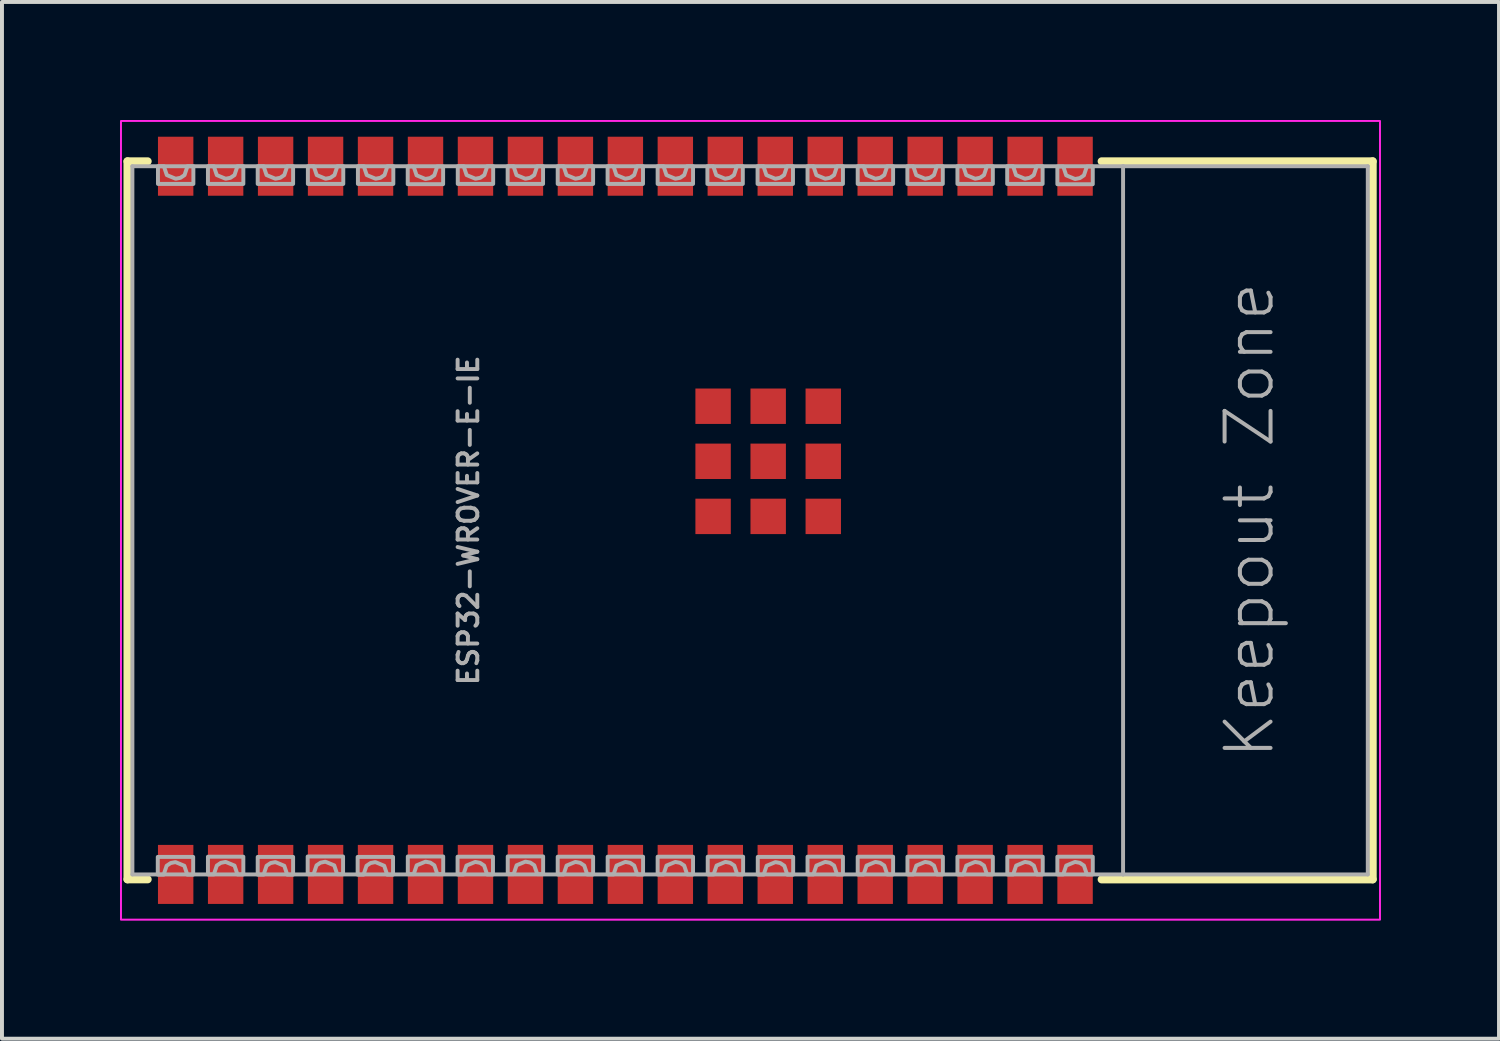
<source format=kicad_pcb>
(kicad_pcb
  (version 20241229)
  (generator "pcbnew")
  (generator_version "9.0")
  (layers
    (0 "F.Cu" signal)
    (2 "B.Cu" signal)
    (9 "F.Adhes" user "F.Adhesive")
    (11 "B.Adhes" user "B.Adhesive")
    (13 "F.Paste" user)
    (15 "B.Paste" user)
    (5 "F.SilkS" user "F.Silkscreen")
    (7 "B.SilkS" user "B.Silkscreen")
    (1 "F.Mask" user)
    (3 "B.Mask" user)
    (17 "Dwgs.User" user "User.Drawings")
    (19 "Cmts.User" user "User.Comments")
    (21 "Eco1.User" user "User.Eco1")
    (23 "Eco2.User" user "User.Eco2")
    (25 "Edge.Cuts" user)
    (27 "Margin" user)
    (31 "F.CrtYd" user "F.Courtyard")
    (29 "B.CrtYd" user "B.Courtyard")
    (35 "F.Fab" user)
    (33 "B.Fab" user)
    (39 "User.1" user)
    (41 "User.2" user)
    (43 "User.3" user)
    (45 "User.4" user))
  (footprint "ESP32-WROVER-E-IE"
    (layer "F.Cu")
    (at 16.475 10.175)
    (property "Reference" "ESP32-WROVER-E-IE" (at -7.62 0 90) (layer "F.Fab") (effects (font (size 0.5 0.5) (thickness 0.1) (bold yes))))
    (fp_line (start -16.285 -9.125) (end -15.771 -9.125) (stroke (width 0.203) (type solid)) (layer "F.SilkS"))
    (fp_line (start -16.285 9.125) (end -16.285 -9.125) (stroke (width 0.203) (type solid)) (layer "F.SilkS"))
    (fp_line (start -16.285 9.125) (end -15.771 9.125) (stroke (width 0.203) (type solid)) (layer "F.SilkS"))
    (fp_line (start 8.475 -9.125) (end 15.365 -9.125) (stroke (width 0.203) (type solid)) (layer "F.SilkS"))
    (fp_line (start 8.475 9.127) (end 15.365 9.127) (stroke (width 0.203) (type solid)) (layer "F.SilkS"))
    (fp_line (start 15.365 -9.125) (end 15.365 9.125) (stroke (width 0.203) (type solid)) (layer "F.SilkS"))
    (fp_poly (pts (xy -15.56 -8.205) (xy -14.56 -8.205) (xy -14.56 -10.005) (xy -15.56 -10.005)) (stroke (width 0) (type default)) (fill yes) (layer "F.Paste"))
    (fp_poly (pts (xy -14.56 8.2) (xy -15.56 8.2) (xy -15.56 10) (xy -14.56 10)) (stroke (width 0) (type default)) (fill yes) (layer "F.Paste"))
    (fp_poly (pts (xy -14.29 -8.2) (xy -13.29 -8.2) (xy -13.29 -10) (xy -14.29 -10)) (stroke (width 0) (type default)) (fill yes) (layer "F.Paste"))
    (fp_poly (pts (xy -13.29 8.2) (xy -14.29 8.2) (xy -14.29 10) (xy -13.29 10)) (stroke (width 0) (type default)) (fill yes) (layer "F.Paste"))
    (fp_poly (pts (xy -13.025 -8.2) (xy -12.025 -8.2) (xy -12.025 -10) (xy -13.025 -10)) (stroke (width 0) (type default)) (fill yes) (layer "F.Paste"))
    (fp_poly (pts (xy -12.02 8.2) (xy -13.02 8.2) (xy -13.02 10) (xy -12.02 10)) (stroke (width 0) (type default)) (fill yes) (layer "F.Paste"))
    (fp_poly (pts (xy -11.75 -8.2) (xy -10.75 -8.2) (xy -10.75 -10) (xy -11.75 -10)) (stroke (width 0) (type default)) (fill yes) (layer "F.Paste"))
    (fp_poly (pts (xy -10.75 8.2) (xy -11.75 8.2) (xy -11.75 10) (xy -10.75 10)) (stroke (width 0) (type default)) (fill yes) (layer "F.Paste"))
    (fp_poly (pts (xy -10.475 -8.2) (xy -9.475 -8.2) (xy -9.475 -10) (xy -10.475 -10)) (stroke (width 0) (type default)) (fill yes) (layer "F.Paste"))
    (fp_poly (pts (xy -9.48 8.2) (xy -10.48 8.2) (xy -10.48 10) (xy -9.48 10)) (stroke (width 0) (type default)) (fill yes) (layer "F.Paste"))
    (fp_poly (pts (xy -9.21 -8.2) (xy -8.21 -8.2) (xy -8.21 -10) (xy -9.21 -10)) (stroke (width 0) (type default)) (fill yes) (layer "F.Paste"))
    (fp_poly (pts (xy -8.21 8.2) (xy -9.21 8.2) (xy -9.21 10) (xy -8.21 10)) (stroke (width 0) (type default)) (fill yes) (layer "F.Paste"))
    (fp_poly (pts (xy -7.94 -8.2) (xy -6.94 -8.2) (xy -6.94 -10) (xy -7.94 -10)) (stroke (width 0) (type default)) (fill yes) (layer "F.Paste"))
    (fp_poly (pts (xy -6.94 8.2) (xy -7.94 8.2) (xy -7.94 10) (xy -6.94 10)) (stroke (width 0) (type default)) (fill yes) (layer "F.Paste"))
    (fp_poly (pts (xy -6.675 -8.2) (xy -5.675 -8.2) (xy -5.675 -10) (xy -6.675 -10)) (stroke (width 0) (type default)) (fill yes) (layer "F.Paste"))
    (fp_poly (pts (xy -5.675 8.2) (xy -6.675 8.2) (xy -6.675 10) (xy -5.675 10)) (stroke (width 0) (type default)) (fill yes) (layer "F.Paste"))
    (fp_poly (pts (xy -5.4 -8.2) (xy -4.4 -8.2) (xy -4.4 -10) (xy -5.4 -10)) (stroke (width 0) (type default)) (fill yes) (layer "F.Paste"))
    (fp_poly (pts (xy -4.4 8.2) (xy -5.4 8.2) (xy -5.4 10) (xy -4.4 10)) (stroke (width 0) (type default)) (fill yes) (layer "F.Paste"))
    (fp_poly (pts (xy -4.13 -8.2) (xy -3.13 -8.2) (xy -3.13 -10) (xy -4.13 -10)) (stroke (width 0) (type default)) (fill yes) (layer "F.Paste"))
    (fp_poly (pts (xy -3.125 8.2) (xy -4.125 8.2) (xy -4.125 10) (xy -3.125 10)) (stroke (width 0) (type default)) (fill yes) (layer "F.Paste"))
    (fp_poly (pts (xy -2.86 -8.2) (xy -1.86 -8.2) (xy -1.86 -10) (xy -2.86 -10)) (stroke (width 0) (type default)) (fill yes) (layer "F.Paste"))
    (fp_poly (pts (xy -1.86 8.2) (xy -2.86 8.2) (xy -2.86 10) (xy -1.86 10)) (stroke (width 0) (type default)) (fill yes) (layer "F.Paste"))
    (fp_poly (pts (xy -1.59 -8.2) (xy -0.59 -8.2) (xy -0.59 -10) (xy -1.59 -10)) (stroke (width 0) (type default)) (fill yes) (layer "F.Paste"))
    (fp_poly (pts (xy -0.59 8.2) (xy -1.59 8.2) (xy -1.59 10) (xy -0.59 10)) (stroke (width 0) (type default)) (fill yes) (layer "F.Paste"))
    (fp_poly (pts (xy -0.32 -8.2) (xy 0.68 -8.2) (xy 0.68 -10) (xy -0.32 -10)) (stroke (width 0) (type default)) (fill yes) (layer "F.Paste"))
    (fp_poly (pts (xy 0.68 8.2) (xy -0.32 8.2) (xy -0.32 10) (xy 0.68 10)) (stroke (width 0) (type default)) (fill yes) (layer "F.Paste"))
    (fp_poly (pts (xy 0.95 -8.2) (xy 1.95 -8.2) (xy 1.95 -10) (xy 0.95 -10)) (stroke (width 0) (type default)) (fill yes) (layer "F.Paste"))
    (fp_poly (pts (xy 1.95 8.2) (xy 0.95 8.2) (xy 0.95 10) (xy 1.95 10)) (stroke (width 0) (type default)) (fill yes) (layer "F.Paste"))
    (fp_poly (pts (xy 2.225 -8.2) (xy 3.225 -8.2) (xy 3.225 -10) (xy 2.225 -10)) (stroke (width 0) (type default)) (fill yes) (layer "F.Paste"))
    (fp_poly (pts (xy 3.225 8.2) (xy 2.225 8.2) (xy 2.225 10) (xy 3.225 10)) (stroke (width 0) (type default)) (fill yes) (layer "F.Paste"))
    (fp_poly (pts (xy 3.49 -8.2) (xy 4.49 -8.2) (xy 4.49 -10) (xy 3.49 -10)) (stroke (width 0) (type default)) (fill yes) (layer "F.Paste"))
    (fp_poly (pts (xy 4.49 8.2) (xy 3.49 8.2) (xy 3.49 10) (xy 4.49 10)) (stroke (width 0) (type default)) (fill yes) (layer "F.Paste"))
    (fp_poly (pts (xy 4.76 -8.2) (xy 5.76 -8.2) (xy 5.76 -10) (xy 4.76 -10)) (stroke (width 0) (type default)) (fill yes) (layer "F.Paste"))
    (fp_poly (pts (xy 5.76 8.2) (xy 4.76 8.2) (xy 4.76 10) (xy 5.76 10)) (stroke (width 0) (type default)) (fill yes) (layer "F.Paste"))
    (fp_poly (pts (xy 6.025 -8.2) (xy 7.025 -8.2) (xy 7.025 -10) (xy 6.025 -10)) (stroke (width 0) (type default)) (fill yes) (layer "F.Paste"))
    (fp_poly (pts (xy 7.025 8.2) (xy 6.025 8.2) (xy 6.025 10) (xy 7.025 10)) (stroke (width 0) (type default)) (fill yes) (layer "F.Paste"))
    (fp_poly (pts (xy 7.3 -8.2) (xy 8.3 -8.2) (xy 8.3 -10) (xy 7.3 -10)) (stroke (width 0) (type default)) (fill yes) (layer "F.Paste"))
    (fp_poly (pts (xy 8.3 8.2) (xy 7.3 8.2) (xy 7.3 10) (xy 8.3 10)) (stroke (width 0) (type default)) (fill yes) (layer "F.Paste"))
    (fp_rect (start 15.55 -10.15) (end -16.45 10.15) (stroke (width 0.05) (type default)) (fill no) (layer "F.CrtYd"))
    (fp_line (start -16.16 -9) (end 9.02 -9) (stroke (width 0.1) (type solid)) (layer "F.Fab"))
    (fp_line (start -16.16 9) (end -16.16 -9) (stroke (width 0.1) (type solid)) (layer "F.Fab"))
    (fp_line (start 9.02 -9) (end 15.24 -9) (stroke (width 0.1) (type solid)) (layer "F.Fab"))
    (fp_line (start 9.02 9) (end -16.16 9) (stroke (width 0.1) (type solid)) (layer "F.Fab"))
    (fp_line (start 9.02 9) (end 9.02 -9) (stroke (width 0.1) (type solid)) (layer "F.Fab"))
    (fp_line (start 15.24 -9) (end 15.24 9) (stroke (width 0.1) (type solid)) (layer "F.Fab"))
    (fp_line (start 15.24 9) (end 9.02 9) (stroke (width 0.1) (type solid)) (layer "F.Fab"))
    (fp_poly (pts (xy -15.51 -8.55) (xy -15.51 -9) (xy -15.36 -9) (xy -15.285 -8.775) (xy -15.06 -8.682) (xy -14.938 -8.706) (xy -14.835 -8.775) (xy -14.76 -9) (xy -14.76 -9) (xy -14.61 -9) (xy -14.61 -8.55)) (stroke (width 0.1) (type default)) (fill no) (layer "F.Fab"))
    (fp_poly (pts (xy -14.615 8.555) (xy -14.615 9.005) (xy -14.765 9.005) (xy -14.84 8.78) (xy -14.84 8.78) (xy -15.065 8.687) (xy -15.187 8.711) (xy -15.29 8.78) (xy -15.365 9.005) (xy -15.515 9.005) (xy -15.515 8.555)) (stroke (width 0.1) (type default)) (fill no) (layer "F.Fab"))
    (fp_poly (pts (xy -14.24 -8.55) (xy -14.24 -9) (xy -14.09 -9) (xy -14.015 -8.775) (xy -13.79 -8.682) (xy -13.668 -8.706) (xy -13.565 -8.775) (xy -13.49 -9) (xy -13.49 -9) (xy -13.34 -9) (xy -13.34 -8.55)) (stroke (width 0.1) (type default)) (fill no) (layer "F.Fab"))
    (fp_poly (pts (xy -13.34 8.55) (xy -13.34 9) (xy -13.49 9) (xy -13.565 8.775) (xy -13.565 8.775) (xy -13.79 8.682) (xy -13.912 8.706) (xy -14.015 8.775) (xy -14.09 9) (xy -14.24 9) (xy -14.24 8.55)) (stroke (width 0.1) (type default)) (fill no) (layer "F.Fab"))
    (fp_poly (pts (xy -12.975 -8.55) (xy -12.975 -9) (xy -12.825 -9) (xy -12.75 -8.775) (xy -12.525 -8.682) (xy -12.403 -8.706) (xy -12.3 -8.775) (xy -12.225 -9) (xy -12.225 -9) (xy -12.075 -9) (xy -12.075 -8.55)) (stroke (width 0.1) (type default)) (fill no) (layer "F.Fab"))
    (fp_poly (pts (xy -12.075 8.555) (xy -12.075 9.005) (xy -12.225 9.005) (xy -12.3 8.78) (xy -12.3 8.78) (xy -12.525 8.687) (xy -12.647 8.711) (xy -12.75 8.78) (xy -12.825 9.005) (xy -12.975 9.005) (xy -12.975 8.555)) (stroke (width 0.1) (type default)) (fill no) (layer "F.Fab"))
    (fp_poly (pts (xy -11.7 -8.55) (xy -11.7 -9) (xy -11.55 -9) (xy -11.475 -8.775) (xy -11.25 -8.682) (xy -11.128 -8.706) (xy -11.025 -8.775) (xy -10.95 -9) (xy -10.95 -9) (xy -10.8 -9) (xy -10.8 -8.55)) (stroke (width 0.1) (type default)) (fill no) (layer "F.Fab"))
    (fp_poly (pts (xy -10.805 8.545) (xy -10.805 8.995) (xy -10.955 8.995) (xy -11.03 8.77) (xy -11.03 8.77) (xy -11.255 8.677) (xy -11.377 8.701) (xy -11.48 8.77) (xy -11.555 8.995) (xy -11.705 8.995) (xy -11.705 8.545)) (stroke (width 0.1) (type default)) (fill no) (layer "F.Fab"))
    (fp_poly (pts (xy -10.428 -8.55) (xy -10.428 -9) (xy -10.278 -9) (xy -10.203 -8.775) (xy -9.978 -8.682) (xy -9.856 -8.706) (xy -9.753 -8.775) (xy -9.678 -9) (xy -9.678 -9) (xy -9.528 -9) (xy -9.528 -8.55)) (stroke (width 0.1) (type default)) (fill no) (layer "F.Fab"))
    (fp_poly (pts (xy -9.535 8.555) (xy -9.535 9.005) (xy -9.685 9.005) (xy -9.76 8.78) (xy -9.76 8.78) (xy -9.985 8.687) (xy -10.107 8.711) (xy -10.21 8.78) (xy -10.285 9.005) (xy -10.435 9.005) (xy -10.435 8.555)) (stroke (width 0.1) (type default)) (fill no) (layer "F.Fab"))
    (fp_poly (pts (xy -8.937 -8.769) (xy -8.937 -8.769) (xy -8.712 -8.676) (xy -8.59 -8.7) (xy -8.487 -8.769) (xy -8.412 -8.994) (xy -8.262 -8.994) (xy -8.262 -8.544) (xy -9.162 -8.544) (xy -9.162 -8.994) (xy -9.012 -8.994)) (stroke (width 0.1) (type default)) (fill no) (layer "F.Fab"))
    (fp_poly (pts (xy -8.26 8.994) (xy -8.41 8.994) (xy -8.485 8.769) (xy -8.588 8.7) (xy -8.71 8.676) (xy -8.935 8.769) (xy -8.935 8.769) (xy -9.01 8.994) (xy -9.16 8.994) (xy -9.16 8.544) (xy -8.26 8.544)) (stroke (width 0.1) (type default)) (fill no) (layer "F.Fab"))
    (fp_poly (pts (xy -7.665 -8.775) (xy -7.665 -8.775) (xy -7.44 -8.682) (xy -7.318 -8.706) (xy -7.215 -8.775) (xy -7.14 -9) (xy -6.99 -9) (xy -6.99 -8.55) (xy -7.89 -8.55) (xy -7.89 -9) (xy -7.74 -9)) (stroke (width 0.1) (type default)) (fill no) (layer "F.Fab"))
    (fp_poly (pts (xy -6.995 9) (xy -7.145 9) (xy -7.22 8.775) (xy -7.323 8.706) (xy -7.445 8.682) (xy -7.67 8.775) (xy -7.67 8.775) (xy -7.745 9) (xy -7.895 9) (xy -7.895 8.55) (xy -6.995 8.55)) (stroke (width 0.1) (type default)) (fill no) (layer "F.Fab"))
    (fp_poly (pts (xy -6.397 -8.775) (xy -6.397 -8.775) (xy -6.172 -8.682) (xy -6.05 -8.706) (xy -5.947 -8.775) (xy -5.872 -9) (xy -5.722 -9) (xy -5.722 -8.55) (xy -6.622 -8.55) (xy -6.622 -9) (xy -6.472 -9)) (stroke (width 0.1) (type default)) (fill no) (layer "F.Fab"))
    (fp_poly (pts (xy -5.72 8.993) (xy -5.87 8.993) (xy -5.945 8.768) (xy -6.048 8.699) (xy -6.17 8.675) (xy -6.395 8.768) (xy -6.395 8.768) (xy -6.47 8.993) (xy -6.62 8.993) (xy -6.62 8.543) (xy -5.72 8.543)) (stroke (width 0.1) (type default)) (fill no) (layer "F.Fab"))
    (fp_poly (pts (xy -5.125 -8.775) (xy -5.125 -8.775) (xy -4.9 -8.682) (xy -4.778 -8.706) (xy -4.675 -8.775) (xy -4.6 -9) (xy -4.45 -9) (xy -4.45 -8.55) (xy -5.35 -8.55) (xy -5.35 -9) (xy -5.2 -9)) (stroke (width 0.1) (type default)) (fill no) (layer "F.Fab"))
    (fp_poly (pts (xy -4.45 9) (xy -4.6 9) (xy -4.675 8.775) (xy -4.778 8.706) (xy -4.9 8.682) (xy -5.125 8.775) (xy -5.125 8.775) (xy -5.2 9) (xy -5.35 9) (xy -5.35 8.55) (xy -4.45 8.55)) (stroke (width 0.1) (type default)) (fill no) (layer "F.Fab"))
    (fp_poly (pts (xy -3.857 -8.775) (xy -3.857 -8.775) (xy -3.632 -8.682) (xy -3.51 -8.706) (xy -3.407 -8.775) (xy -3.332 -9) (xy -3.182 -9) (xy -3.182 -8.55) (xy -4.082 -8.55) (xy -4.082 -9) (xy -3.932 -9)) (stroke (width 0.1) (type default)) (fill no) (layer "F.Fab"))
    (fp_poly (pts (xy -3.18 9) (xy -3.33 9) (xy -3.405 8.775) (xy -3.508 8.706) (xy -3.63 8.682) (xy -3.855 8.775) (xy -3.855 8.775) (xy -3.93 9) (xy -4.08 9) (xy -4.08 8.55) (xy -3.18 8.55)) (stroke (width 0.1) (type default)) (fill no) (layer "F.Fab"))
    (fp_poly (pts (xy -2.585 -8.775) (xy -2.585 -8.775) (xy -2.36 -8.682) (xy -2.238 -8.706) (xy -2.135 -8.775) (xy -2.06 -9) (xy -1.91 -9) (xy -1.91 -8.55) (xy -2.81 -8.55) (xy -2.81 -9) (xy -2.66 -9)) (stroke (width 0.1) (type default)) (fill no) (layer "F.Fab"))
    (fp_poly (pts (xy -1.91 9) (xy -2.06 9) (xy -2.135 8.775) (xy -2.238 8.706) (xy -2.36 8.682) (xy -2.585 8.775) (xy -2.585 8.775) (xy -2.66 9) (xy -2.81 9) (xy -2.81 8.55) (xy -1.91 8.55)) (stroke (width 0.1) (type default)) (fill no) (layer "F.Fab"))
    (fp_poly (pts (xy -1.32 -8.775) (xy -1.32 -8.775) (xy -1.095 -8.682) (xy -0.973 -8.706) (xy -0.87 -8.775) (xy -0.795 -9) (xy -0.645 -9) (xy -0.645 -8.55) (xy -1.545 -8.55) (xy -1.545 -9) (xy -1.395 -9)) (stroke (width 0.1) (type default)) (fill no) (layer "F.Fab"))
    (fp_poly (pts (xy -0.637 9) (xy -0.787 9) (xy -0.862 8.775) (xy -0.965 8.706) (xy -1.087 8.682) (xy -1.312 8.775) (xy -1.312 8.775) (xy -1.387 9) (xy -1.537 9) (xy -1.537 8.55) (xy -0.637 8.55)) (stroke (width 0.1) (type default)) (fill no) (layer "F.Fab"))
    (fp_poly (pts (xy -0.045 -8.775) (xy -0.045 -8.775) (xy 0.18 -8.682) (xy 0.301 -8.706) (xy 0.405 -8.775) (xy 0.48 -9) (xy 0.63 -9) (xy 0.63 -8.55) (xy -0.27 -8.55) (xy -0.27 -9) (xy -0.12 -9)) (stroke (width 0.1) (type default)) (fill no) (layer "F.Fab"))
    (fp_poly (pts (xy 0.635 9.005) (xy 0.485 9.005) (xy 0.41 8.78) (xy 0.307 8.711) (xy 0.185 8.687) (xy -0.04 8.78) (xy -0.04 8.78) (xy -0.115 9.005) (xy -0.265 9.005) (xy -0.265 8.555) (xy 0.635 8.555)) (stroke (width 0.1) (type default)) (fill no) (layer "F.Fab"))
    (fp_poly (pts (xy 1.75 -9) (xy 1.9 -9) (xy 1.9 -8.55) (xy 1 -8.55) (xy 1 -9) (xy 1.15 -9) (xy 1.225 -8.775) (xy 1.45 -8.682) (xy 1.572 -8.706) (xy 1.675 -8.775) (xy 1.75 -9)) (stroke (width 0.1) (type default)) (fill no) (layer "F.Fab"))
    (fp_poly (pts (xy 1.9 9) (xy 1.75 9) (xy 1.75 9) (xy 1.675 8.775) (xy 1.572 8.706) (xy 1.45 8.682) (xy 1.225 8.775) (xy 1.15 9) (xy 1 9) (xy 1 8.55) (xy 1.9 8.55)) (stroke (width 0.1) (type default)) (fill no) (layer "F.Fab"))
    (fp_poly (pts (xy 3.025 -9) (xy 3.175 -9) (xy 3.175 -8.55) (xy 2.275 -8.55) (xy 2.275 -9) (xy 2.425 -9) (xy 2.5 -8.775) (xy 2.725 -8.682) (xy 2.847 -8.706) (xy 2.95 -8.775) (xy 3.025 -9)) (stroke (width 0.1) (type default)) (fill no) (layer "F.Fab"))
    (fp_poly (pts (xy 3.175 9) (xy 3.025 9) (xy 3.025 9) (xy 2.95 8.775) (xy 2.847 8.706) (xy 2.725 8.682) (xy 2.5 8.775) (xy 2.425 9) (xy 2.275 9) (xy 2.275 8.55) (xy 3.175 8.55)) (stroke (width 0.1) (type default)) (fill no) (layer "F.Fab"))
    (fp_poly (pts (xy 4.288 -9) (xy 4.438 -9) (xy 4.438 -8.55) (xy 3.538 -8.55) (xy 3.538 -9) (xy 3.688 -9) (xy 3.763 -8.775) (xy 3.988 -8.682) (xy 4.11 -8.706) (xy 4.213 -8.775) (xy 4.288 -9)) (stroke (width 0.1) (type default)) (fill no) (layer "F.Fab"))
    (fp_poly (pts (xy 4.44 9) (xy 4.29 9) (xy 4.29 9) (xy 4.215 8.775) (xy 4.112 8.706) (xy 3.99 8.682) (xy 3.765 8.775) (xy 3.69 9) (xy 3.54 9) (xy 3.54 8.55) (xy 4.44 8.55)) (stroke (width 0.1) (type default)) (fill no) (layer "F.Fab"))
    (fp_poly (pts (xy 5.56 -9) (xy 5.71 -9) (xy 5.71 -8.55) (xy 4.81 -8.55) (xy 4.81 -9) (xy 4.96 -9) (xy 5.035 -8.775) (xy 5.26 -8.682) (xy 5.382 -8.706) (xy 5.485 -8.775) (xy 5.56 -9)) (stroke (width 0.1) (type default)) (fill no) (layer "F.Fab"))
    (fp_poly (pts (xy 5.71 9) (xy 5.56 9) (xy 5.56 9) (xy 5.485 8.775) (xy 5.382 8.706) (xy 5.26 8.682) (xy 5.035 8.775) (xy 4.96 9) (xy 4.81 9) (xy 4.81 8.55) (xy 5.71 8.55)) (stroke (width 0.1) (type default)) (fill no) (layer "F.Fab"))
    (fp_poly (pts (xy 6.825 -9) (xy 6.975 -9) (xy 6.975 -8.55) (xy 6.075 -8.55) (xy 6.075 -9) (xy 6.225 -9) (xy 6.3 -8.775) (xy 6.525 -8.682) (xy 6.647 -8.706) (xy 6.75 -8.775) (xy 6.825 -9)) (stroke (width 0.1) (type default)) (fill no) (layer "F.Fab"))
    (fp_poly (pts (xy 6.978 9) (xy 6.828 9) (xy 6.828 9) (xy 6.753 8.775) (xy 6.65 8.706) (xy 6.528 8.682) (xy 6.303 8.775) (xy 6.228 9) (xy 6.078 9) (xy 6.078 8.55) (xy 6.978 8.55)) (stroke (width 0.1) (type default)) (fill no) (layer "F.Fab"))
    (fp_poly (pts (xy 8.1 -8.993) (xy 8.25 -8.993) (xy 8.25 -8.543) (xy 7.35 -8.543) (xy 7.35 -8.993) (xy 7.5 -8.993) (xy 7.575 -8.768) (xy 7.8 -8.675) (xy 7.922 -8.699) (xy 8.025 -8.768) (xy 8.1 -8.993)) (stroke (width 0.1) (type default)) (fill no) (layer "F.Fab"))
    (fp_poly (pts (xy 8.25 9) (xy 8.1 9) (xy 8.1 9) (xy 8.025 8.775) (xy 7.922 8.706) (xy 7.8 8.682) (xy 7.575 8.775) (xy 7.5 9) (xy 7.35 9) (xy 7.35 8.55) (xy 8.25 8.55)) (stroke (width 0.1) (type default)) (fill no) (layer "F.Fab"))
    (fp_text user "Keepout Zone" (at 11.55 0 90) (layer "F.Fab") (effects (font (size 1.168 1.168) (thickness 0.102)) (justify top)))
    (pad "1" smd rect (at 7.8 -9) (size 0.9 1.5) (layers "F.Cu" "F.Mask"))
    (pad "2" smd rect (at 6.53 -9) (size 0.9 1.5) (layers "F.Cu" "F.Mask"))
    (pad "3" smd rect (at 5.26 -9) (size 0.9 1.5) (layers "F.Cu" "F.Mask"))
    (pad "4" smd rect (at 3.99 -9) (size 0.9 1.5) (layers "F.Cu" "F.Mask"))
    (pad "5" smd rect (at 2.72 -9) (size 0.9 1.5) (layers "F.Cu" "F.Mask"))
    (pad "6" smd rect (at 1.45 -9) (size 0.9 1.5) (layers "F.Cu" "F.Mask"))
    (pad "7" smd rect (at 0.18 -9) (size 0.9 1.5) (layers "F.Cu" "F.Mask"))
    (pad "8" smd rect (at -1.09 -9) (size 0.9 1.5) (layers "F.Cu" "F.Mask"))
    (pad "9" smd rect (at -2.36 -9) (size 0.9 1.5) (layers "F.Cu" "F.Mask"))
    (pad "10" smd rect (at -3.63 -9) (size 0.9 1.5) (layers "F.Cu" "F.Mask"))
    (pad "11" smd rect (at -4.9 -9) (size 0.9 1.5) (layers "F.Cu" "F.Mask"))
    (pad "12" smd rect (at -6.17 -9) (size 0.9 1.5) (layers "F.Cu" "F.Mask"))
    (pad "13" smd rect (at -7.44 -9) (size 0.9 1.5) (layers "F.Cu" "F.Mask"))
    (pad "14" smd rect (at -8.71 -9) (size 0.9 1.5) (layers "F.Cu" "F.Mask"))
    (pad "15" smd rect (at -9.98 -9) (size 0.9 1.5) (layers "F.Cu" "F.Mask"))
    (pad "16" smd rect (at -11.25 -9) (size 0.9 1.5) (layers "F.Cu" "F.Mask"))
    (pad "17" smd rect (at -12.52 -9) (size 0.9 1.5) (layers "F.Cu" "F.Mask"))
    (pad "18" smd rect (at -13.79 -9) (size 0.9 1.5) (layers "F.Cu" "F.Mask"))
    (pad "19" smd rect (at -15.06 -9) (size 0.9 1.5) (layers "F.Cu" "F.Mask"))
    (pad "20" smd rect (at -15.06 9) (size 0.9 1.5) (layers "F.Cu" "F.Mask"))
    (pad "21" smd rect (at -13.79 9) (size 0.9 1.5) (layers "F.Cu" "F.Mask"))
    (pad "22" smd rect (at -12.52 9) (size 0.9 1.5) (layers "F.Cu" "F.Mask"))
    (pad "23" smd rect (at -11.25 9) (size 0.9 1.5) (layers "F.Cu" "F.Mask"))
    (pad "24" smd rect (at -9.98 9) (size 0.9 1.5) (layers "F.Cu" "F.Mask"))
    (pad "25" smd rect (at -8.71 9) (size 0.9 1.5) (layers "F.Cu" "F.Mask"))
    (pad "26" smd rect (at -7.44 9) (size 0.9 1.5) (layers "F.Cu" "F.Mask"))
    (pad "27" smd rect (at -6.17 9) (size 0.9 1.5) (layers "F.Cu" "F.Mask"))
    (pad "28" smd rect (at -4.9 9) (size 0.9 1.5) (layers "F.Cu" "F.Mask"))
    (pad "29" smd rect (at -3.63 9) (size 0.9 1.5) (layers "F.Cu" "F.Mask"))
    (pad "30" smd rect (at -2.36 9) (size 0.9 1.5) (layers "F.Cu" "F.Mask"))
    (pad "31" smd rect (at -1.09 9) (size 0.9 1.5) (layers "F.Cu" "F.Mask"))
    (pad "32" smd rect (at 0.18 9) (size 0.9 1.5) (layers "F.Cu" "F.Mask"))
    (pad "33" smd rect (at 1.45 9) (size 0.9 1.5) (layers "F.Cu" "F.Mask"))
    (pad "34" smd rect (at 2.72 9) (size 0.9 1.5) (layers "F.Cu" "F.Mask"))
    (pad "35" smd rect (at 3.99 9) (size 0.9 1.5) (layers "F.Cu" "F.Mask"))
    (pad "36" smd rect (at 5.26 9) (size 0.9 1.5) (layers "F.Cu" "F.Mask"))
    (pad "37" smd rect (at 6.53 9) (size 0.9 1.5) (layers "F.Cu" "F.Mask"))
    (pad "38" smd rect (at 7.8 9) (size 0.9 1.5) (layers "F.Cu" "F.Mask"))
    (pad "39.1" smd rect (at 1.4 -2.9) (size 0.9 0.9) (layers "F.Cu" "F.Mask" "F.Paste"))
    (pad "39.2" smd rect (at 0 -2.9) (size 0.9 0.9) (layers "F.Cu" "F.Mask" "F.Paste"))
    (pad "39.3" smd rect (at -1.4 -2.9) (size 0.9 0.9) (layers "F.Cu" "F.Mask" "F.Paste"))
    (pad "39.4" smd rect (at -1.4 -1.5) (size 0.9 0.9) (layers "F.Cu" "F.Mask" "F.Paste"))
    (pad "39.5" smd rect (at -1.4 -0.1) (size 0.9 0.9) (layers "F.Cu" "F.Mask" "F.Paste"))
    (pad "39.6" smd rect (at 0 -0.1) (size 0.9 0.9) (layers "F.Cu" "F.Mask" "F.Paste"))
    (pad "39.7" smd rect (at 1.4 -0.1) (size 0.9 0.9) (layers "F.Cu" "F.Mask" "F.Paste"))
    (pad "39.8" smd rect (at 1.4 -1.5) (size 0.9 0.9) (layers "F.Cu" "F.Mask" "F.Paste"))
    (pad "39.9" smd rect (at 0 -1.5) (size 0.9 0.9) (layers "F.Cu" "F.Mask" "F.Paste")))
  (gr_rect
    (start -3 -3)
    (end 35.05 23.35)
    (stroke (width 0.1) (type default))
    (fill no)
    (layer "Edge.Cuts")))
</source>
